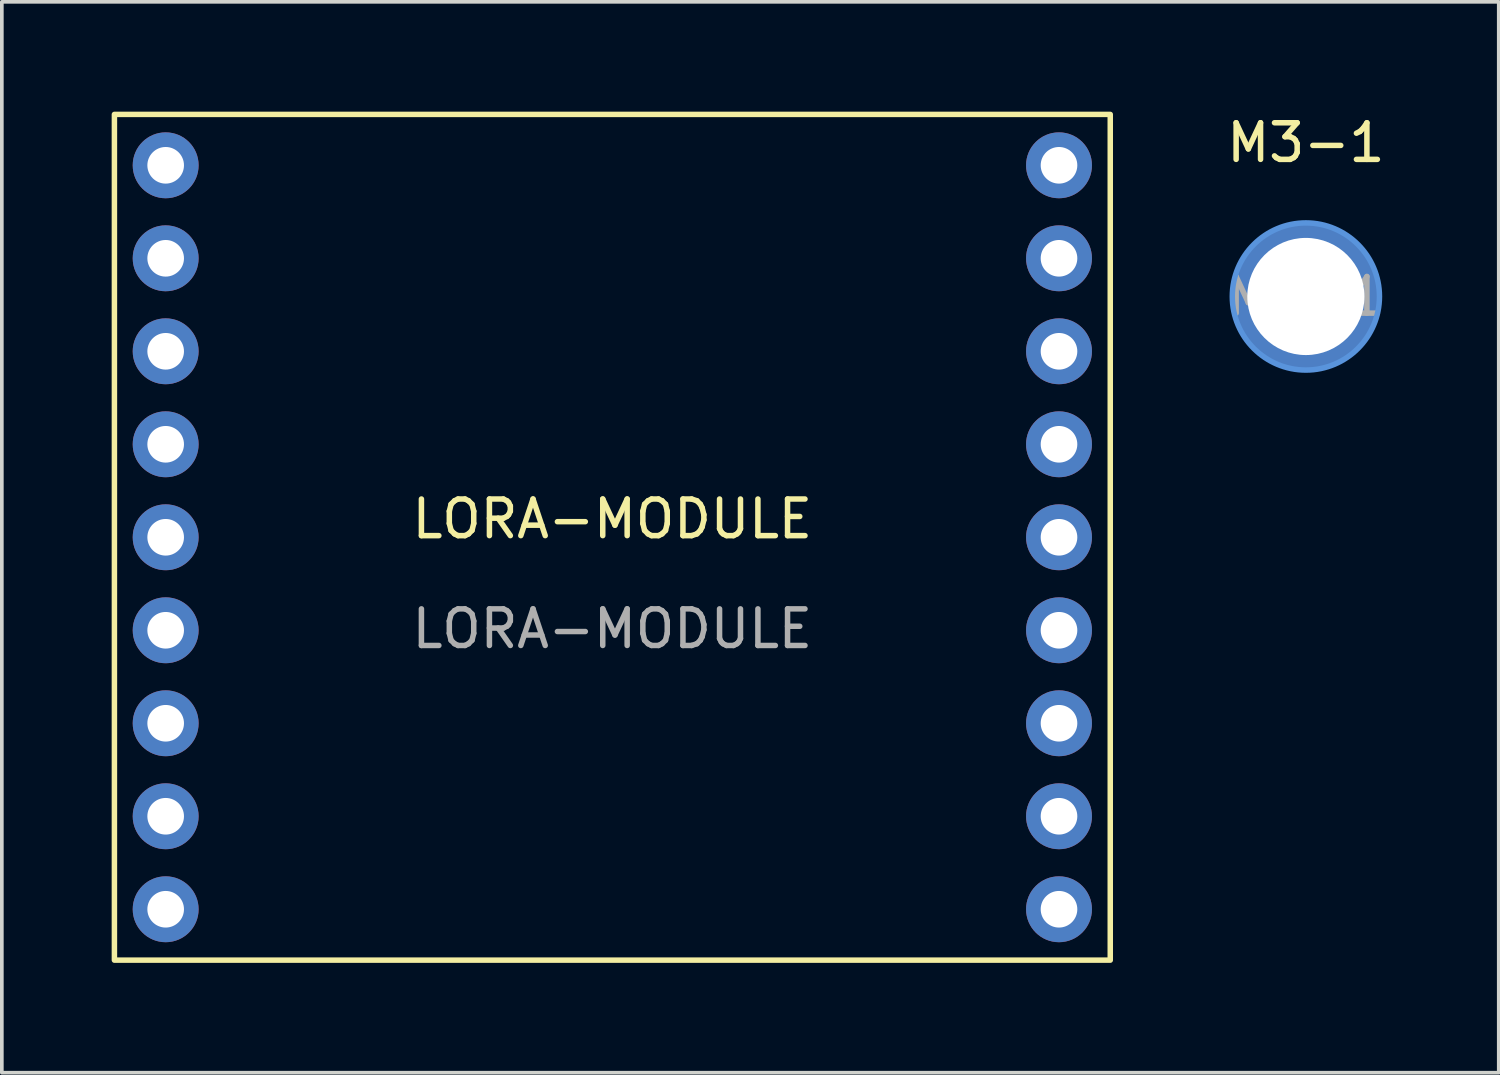
<source format=kicad_pcb>
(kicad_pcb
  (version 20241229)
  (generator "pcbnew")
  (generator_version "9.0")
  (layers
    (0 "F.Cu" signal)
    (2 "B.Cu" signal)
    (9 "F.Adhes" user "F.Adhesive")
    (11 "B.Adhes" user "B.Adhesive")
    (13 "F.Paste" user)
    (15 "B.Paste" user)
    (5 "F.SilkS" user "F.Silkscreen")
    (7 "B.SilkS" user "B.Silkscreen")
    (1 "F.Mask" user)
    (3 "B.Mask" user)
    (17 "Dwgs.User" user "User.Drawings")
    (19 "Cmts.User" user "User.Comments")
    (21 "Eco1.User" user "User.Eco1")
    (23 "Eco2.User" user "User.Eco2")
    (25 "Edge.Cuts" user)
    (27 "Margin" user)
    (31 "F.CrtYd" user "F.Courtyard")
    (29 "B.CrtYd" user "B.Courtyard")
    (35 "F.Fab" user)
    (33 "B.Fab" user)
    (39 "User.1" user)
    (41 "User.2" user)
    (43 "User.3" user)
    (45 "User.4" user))
  (footprint "LORA-MODULE"
    (layer "F.Cu")
    (at 13.675 11.625)
    (property "Reference" "LORA-MODULE" (at 0 -0.5 0) (unlocked yes) (layer "F.SilkS") (effects (font (size 1 1) (thickness 0.15))))
    (fp_rect (start -13.6 -11.55) (end 13.6 11.55) (stroke (width 0.15) (type solid)) (fill no) (layer "F.SilkS"))
    (fp_text user "${REFERENCE}" (at 0 2.5 0) (unlocked yes) (layer "F.Fab") (effects (font (size 1 1) (thickness 0.15))))
    (pad "1" thru_hole circle (at -12.2 -10.16) (size 1.8 1.8) (drill 1) (layers "*.Cu" "*.Mask"))
    (pad "2" thru_hole circle (at -12.2 -7.62) (size 1.8 1.8) (drill 1) (layers "*.Cu" "*.Mask"))
    (pad "3" thru_hole circle (at -12.2 -5.08) (size 1.8 1.8) (drill 1) (layers "*.Cu" "*.Mask"))
    (pad "4" thru_hole circle (at -12.2 -2.54) (size 1.8 1.8) (drill 1) (layers "*.Cu" "*.Mask"))
    (pad "5" thru_hole circle (at -12.2 0) (size 1.8 1.8) (drill 1) (layers "*.Cu" "*.Mask"))
    (pad "6" thru_hole circle (at -12.2 2.54) (size 1.8 1.8) (drill 1) (layers "*.Cu" "*.Mask"))
    (pad "7" thru_hole circle (at -12.2 5.08) (size 1.8 1.8) (drill 1) (layers "*.Cu" "*.Mask"))
    (pad "8" thru_hole circle (at -12.2 7.62) (size 1.8 1.8) (drill 1) (layers "*.Cu" "*.Mask"))
    (pad "9" thru_hole circle (at -12.2 10.16) (size 1.8 1.8) (drill 1) (layers "*.Cu" "*.Mask"))
    (pad "10" thru_hole circle (at 12.2 10.16) (size 1.8 1.8) (drill 1) (layers "*.Cu" "*.Mask"))
    (pad "11" thru_hole circle (at 12.2 7.62) (size 1.8 1.8) (drill 1) (layers "*.Cu" "*.Mask"))
    (pad "12" thru_hole circle (at 12.2 5.08) (size 1.8 1.8) (drill 1) (layers "*.Cu" "*.Mask"))
    (pad "13" thru_hole circle (at 12.2 2.54) (size 1.8 1.8) (drill 1) (layers "*.Cu" "*.Mask"))
    (pad "14" thru_hole circle (at 12.2 0) (size 1.8 1.8) (drill 1) (layers "*.Cu" "*.Mask"))
    (pad "15" thru_hole circle (at 12.2 -2.54) (size 1.8 1.8) (drill 1) (layers "*.Cu" "*.Mask"))
    (pad "16" thru_hole circle (at 12.2 -5.08) (size 1.8 1.8) (drill 1) (layers "*.Cu" "*.Mask"))
    (pad "17" thru_hole circle (at 12.2 -7.62) (size 1.8 1.8) (drill 1) (layers "*.Cu" "*.Mask"))
    (pad "18" thru_hole circle (at 12.2 -10.16) (size 1.8 1.8) (drill 1) (layers "*.Cu" "*.Mask")))
  (footprint "M3-1"
    (layer "F.Cu")
    (at 32.618 5.048)
    (property "Reference" "M3-1" (at 0 -4.2 0) (layer "F.SilkS") (effects (font (size 1 1) (thickness 0.15))))
    (attr exclude_from_pos_files exclude_from_bom)
    (fp_circle (center 0 0) (end 2 0.2) (stroke (width 0.15) (type solid)) (fill no) (layer "Cmts.User"))
    (fp_circle (center 0 0) (end 2 0) (stroke (width 0.05) (type solid)) (fill no) (layer "F.CrtYd"))
    (fp_text user "${REFERENCE}" (at 0 0 0) (layer "F.Fab") (effects (font (size 1 1) (thickness 0.15))))
    (pad "" np_thru_hole circle (at 0 0) (size 4 4) (drill 3.2) (layers "*.Cu" "*.Mask")))
  (gr_rect
    (start -3 -3)
    (end 37.886 26.25)
    (stroke (width 0.1) (type default))
    (fill no)
    (layer "Edge.Cuts")))
</source>
